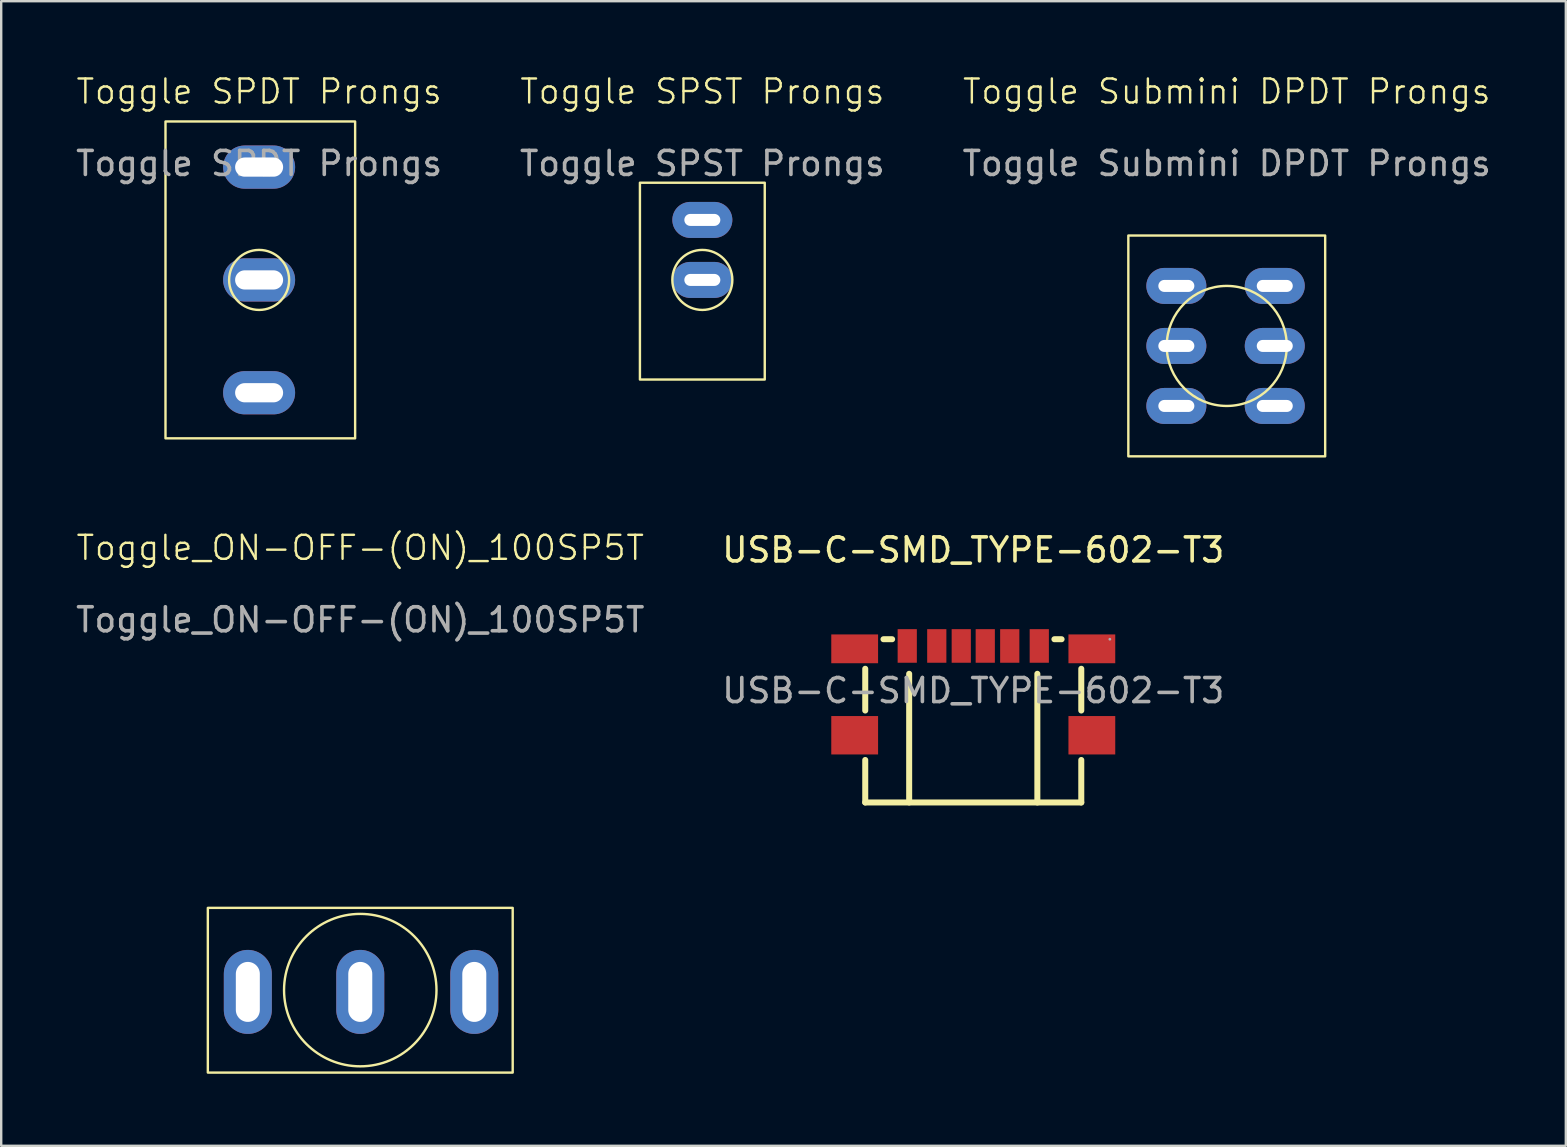
<source format=kicad_pcb>
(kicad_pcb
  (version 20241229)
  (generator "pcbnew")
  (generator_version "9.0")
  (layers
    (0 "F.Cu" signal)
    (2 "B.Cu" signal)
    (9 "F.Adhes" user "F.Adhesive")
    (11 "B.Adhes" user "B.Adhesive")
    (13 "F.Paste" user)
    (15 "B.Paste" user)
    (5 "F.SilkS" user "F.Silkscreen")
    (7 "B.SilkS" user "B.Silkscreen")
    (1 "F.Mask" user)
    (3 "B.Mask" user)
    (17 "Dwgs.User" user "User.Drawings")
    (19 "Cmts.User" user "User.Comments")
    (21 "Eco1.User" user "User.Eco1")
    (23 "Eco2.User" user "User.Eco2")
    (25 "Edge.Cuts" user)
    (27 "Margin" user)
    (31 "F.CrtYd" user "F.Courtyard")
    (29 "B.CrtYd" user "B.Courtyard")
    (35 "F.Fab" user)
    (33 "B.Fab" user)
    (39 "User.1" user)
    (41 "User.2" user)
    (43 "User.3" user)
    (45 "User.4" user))
  (footprint "Toggle Submini DPDT Prongs"
    (layer "F.Cu")
    (at 48.054 11.361)
    (property "Reference" "Toggle Submini DPDT Prongs" (at 0 -10.6 0) (unlocked yes) (layer "F.SilkS") (effects (font (size 1 1) (thickness 0.1))))
    (attr through_hole)
    (fp_rect (start -4.1 -4.6) (end 4.1 4.6) (stroke (width 0.1) (type default)) (fill no) (layer "F.SilkS"))
    (fp_circle (center 0 0) (end 2.5 0) (stroke (width 0.1) (type default)) (fill no) (layer "F.SilkS"))
    (fp_text user "${REFERENCE}" (at 0 -7.6 0) (unlocked yes) (layer "F.Fab") (effects (font (size 1 1) (thickness 0.15))))
    (pad "1" thru_hole oval (at -2.1 -2.5 270) (size 1.5 2.5) (drill oval 0.5 1.5) (layers "*.Cu" "*.Mask"))
    (pad "2" thru_hole oval (at -2.1 0 270) (size 1.5 2.5) (drill oval 0.5 1.5) (layers "*.Cu" "*.Mask"))
    (pad "3" thru_hole oval (at -2.1 2.5 270) (size 1.5 2.5) (drill oval 0.5 1.5) (layers "*.Cu" "*.Mask"))
    (pad "4" thru_hole oval (at 2 -2.5 270) (size 1.5 2.5) (drill oval 0.5 1.5) (layers "*.Cu" "*.Mask"))
    (pad "5" thru_hole oval (at 2 0 270) (size 1.5 2.5) (drill oval 0.5 1.5) (layers "*.Cu" "*.Mask"))
    (pad "6" thru_hole oval (at 2 2.5 270) (size 1.5 2.5) (drill oval 0.5 1.5) (layers "*.Cu" "*.Mask")))
  (footprint "Toggle SPDT Prongs"
    (layer "F.Cu")
    (at 7.744 8.611)
    (property "Reference" "Toggle SPDT Prongs" (at 0 -7.85 0) (unlocked yes) (layer "F.SilkS") (effects (font (size 1 1) (thickness 0.1))))
    (attr through_hole)
    (fp_rect (start -3.9 -6.6) (end 4 6.6) (stroke (width 0.1) (type default)) (fill no) (layer "F.SilkS"))
    (fp_circle (center 0 0) (end 1.25 0) (stroke (width 0.1) (type default)) (fill no) (layer "F.SilkS"))
    (fp_text user "${REFERENCE}" (at 0 -4.85 0) (unlocked yes) (layer "F.Fab") (effects (font (size 1 1) (thickness 0.15))))
    (pad "1" thru_hole oval (at 0 -4.7 270) (size 1.8 3) (drill oval 0.8 2) (layers "*.Cu" "*.Mask"))
    (pad "2" thru_hole oval (at 0 0 270) (size 1.8 3) (drill oval 0.8 2) (layers "*.Cu" "*.Mask"))
    (pad "3" thru_hole oval (at 0 4.7 270) (size 1.8 3) (drill oval 0.8 2) (layers "*.Cu" "*.Mask")))
  (footprint "Toggle SPST Prongs"
    (layer "F.Cu")
    (at 26.208 8.611)
    (property "Reference" "Toggle SPST Prongs" (at 0 -7.85 0) (unlocked yes) (layer "F.SilkS") (effects (font (size 1 1) (thickness 0.1))))
    (attr through_hole)
    (fp_rect (start -2.6 -4.05) (end 2.6 4.15) (stroke (width 0.1) (type default)) (fill no) (layer "F.SilkS"))
    (fp_circle (center 0 0) (end 1.25 0) (stroke (width 0.1) (type default)) (fill no) (layer "F.SilkS"))
    (fp_text user "${REFERENCE}" (at 0 -4.85 0) (unlocked yes) (layer "F.Fab") (effects (font (size 1 1) (thickness 0.15))))
    (pad "1" thru_hole oval (at 0 -2.5 270) (size 1.5 2.5) (drill oval 0.5 1.5) (layers "*.Cu" "*.Mask"))
    (pad "2" thru_hole oval (at 0 0 270) (size 1.5 2.5) (drill oval 0.5 1.5) (layers "*.Cu" "*.Mask")))
  (footprint "Toggle_ON-OFF-(ON)_100SP5T"
    (layer "F.Cu")
    (at 11.958 38.271)
    (property "Reference" "Toggle_ON-OFF-(ON)_100SP5T" (at 0 -18.5 0) (unlocked yes) (layer "F.SilkS") (effects (font (size 1 1) (thickness 0.1))))
    (attr through_hole)
    (fp_rect (start -6.35 -3.5) (end 6.35 3.36) (stroke (width 0.1) (type default)) (fill no) (layer "F.SilkS"))
    (fp_circle (center 0 -0.075) (end 3.175 -0.075) (stroke (width 0.1) (type default)) (fill no) (layer "F.SilkS"))
    (fp_text user "${REFERENCE}" (at 0 -15.5 0) (unlocked yes) (layer "F.Fab") (effects (font (size 1 1) (thickness 0.15))))
    (pad "1" thru_hole oval (at -4.684 0) (size 2 3.5) (drill oval 1 2.5) (layers "*.Cu" "*.Mask"))
    (pad "3" thru_hole oval (at 0 0) (size 2 3.5) (drill oval 1 2.5) (layers "*.Cu" "*.Mask"))
    (pad "4" thru_hole oval (at 4.75 0) (size 2 3.5) (drill oval 1 2.5) (layers "*.Cu" "*.Mask")))
  (footprint "USB-C-SMD_TYPE-602-T3"
    (layer "F.Cu")
    (at 37.494 25.719)
    (property "Reference" "USB-C-SMD_TYPE-602-T3" (at 0 -5.86 0) (layer "F.SilkS") (effects (font (size 1 1) (thickness 0.15))))
    (attr smd)
    (fp_line (start -4.5 0.83) (end -4.5 -0.91) (stroke (width 0.25) (type solid)) (layer "F.SilkS"))
    (fp_line (start -4.5 4.66) (end -4.5 2.89) (stroke (width 0.25) (type solid)) (layer "F.SilkS"))
    (fp_line (start -4.5 4.66) (end 4.5 4.66) (stroke (width 0.25) (type solid)) (layer "F.SilkS"))
    (fp_line (start -3.38 -2.14) (end -3.74 -2.14) (stroke (width 0.25) (type solid)) (layer "F.SilkS"))
    (fp_line (start -2.67 -0.7) (end -2.67 4.66) (stroke (width 0.25) (type solid)) (layer "F.SilkS"))
    (fp_line (start 2.67 -0.7) (end 2.67 4.66) (stroke (width 0.25) (type solid)) (layer "F.SilkS"))
    (fp_line (start 3.68 -2.14) (end 3.38 -2.14) (stroke (width 0.25) (type solid)) (layer "F.SilkS"))
    (fp_line (start 4.5 0.83) (end 4.5 -0.91) (stroke (width 0.25) (type solid)) (layer "F.SilkS"))
    (fp_line (start 4.5 4.66) (end 4.5 2.89) (stroke (width 0.25) (type solid)) (layer "F.SilkS"))
    (fp_circle (center 5.69 -2.14) (end 5.72 -2.14) (stroke (width 0.06) (type solid)) (fill no) (layer "F.Fab"))
    (fp_text user "${REFERENCE}" (at 0 0 0) (layer "F.Fab") (effects (font (size 1 1) (thickness 0.15))))
    (pad "7" smd rect (at -4.94 -1.74) (size 1.95 1.2) (layers "F.Cu" "F.Mask" "F.Paste"))
    (pad "7" smd rect (at -4.94 1.86) (size 1.95 1.6) (layers "F.Cu" "F.Mask" "F.Paste"))
    (pad "7" smd rect (at 4.94 -1.74) (size 1.95 1.2) (layers "F.Cu" "F.Mask" "F.Paste"))
    (pad "7" smd rect (at 4.94 1.86) (size 1.95 1.6) (layers "F.Cu" "F.Mask" "F.Paste"))
    (pad "A5" smd rect (at -0.5 -1.86) (size 0.8 1.4) (layers "F.Cu" "F.Mask" "F.Paste"))
    (pad "A9" smd rect (at 1.52 -1.86) (size 0.8 1.4) (layers "F.Cu" "F.Mask" "F.Paste"))
    (pad "A12" smd rect (at 2.75 -1.86) (size 0.8 1.4) (layers "F.Cu" "F.Mask" "F.Paste"))
    (pad "B5" smd rect (at 0.5 -1.86) (size 0.8 1.4) (layers "F.Cu" "F.Mask" "F.Paste"))
    (pad "B9" smd rect (at -1.52 -1.86) (size 0.8 1.4) (layers "F.Cu" "F.Mask" "F.Paste"))
    (pad "B12" smd rect (at -2.75 -1.86) (size 0.8 1.4) (layers "F.Cu" "F.Mask" "F.Paste")))
  (gr_rect
    (start -3 -3)
    (end 62.179 44.681)
    (stroke (width 0.1) (type default))
    (fill no)
    (layer "Edge.Cuts")))
</source>
